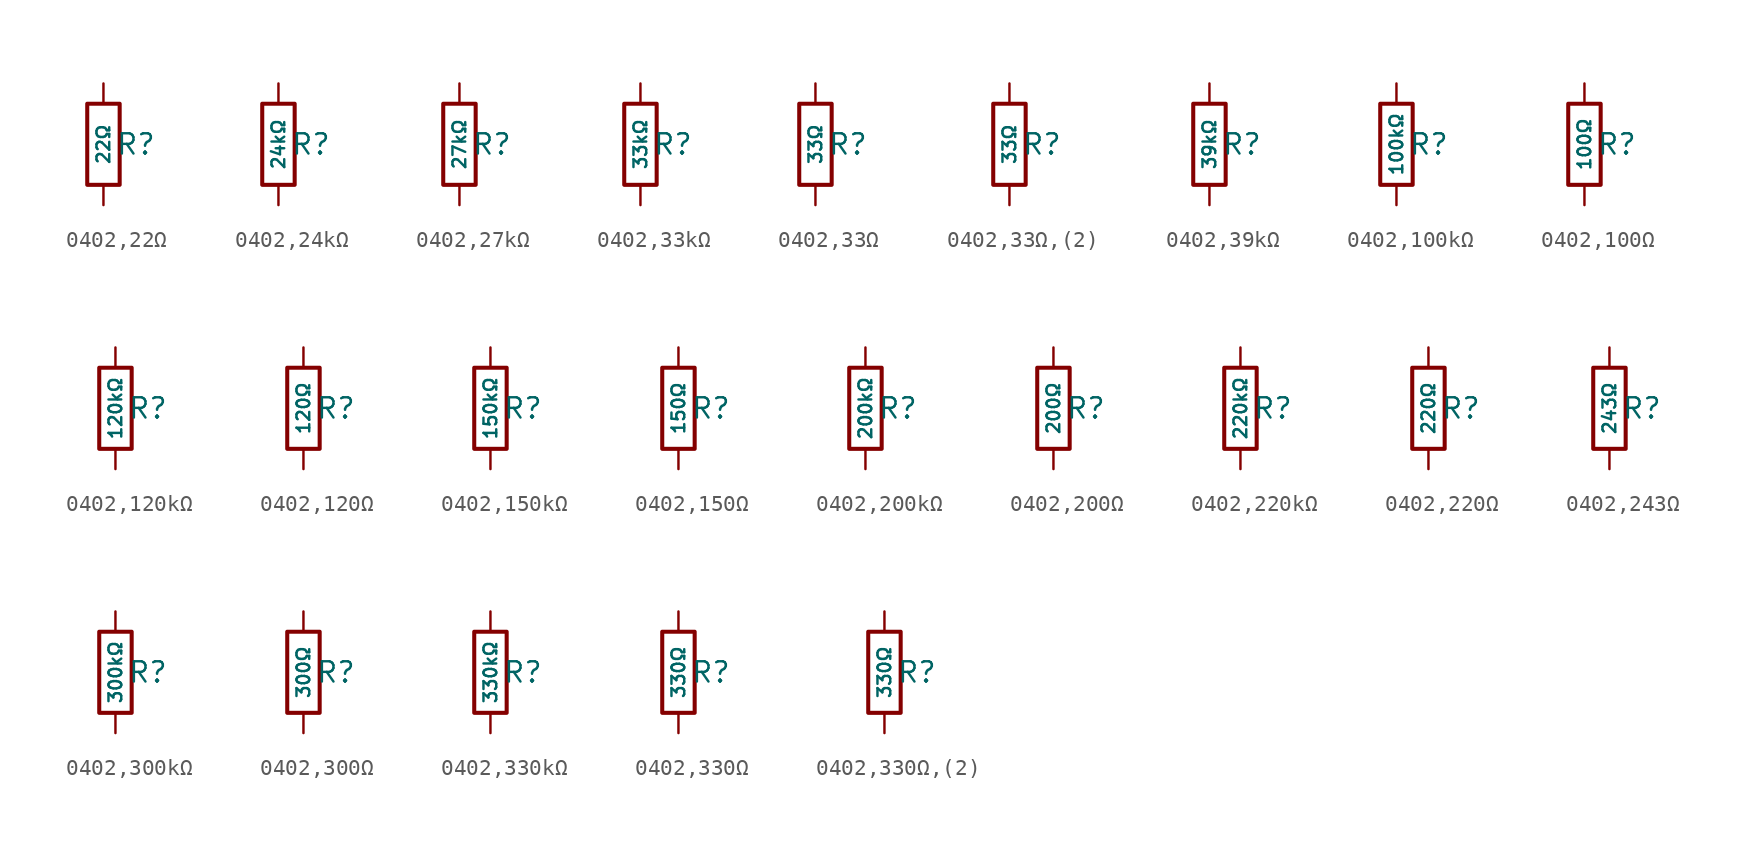
<source format=kicad_sym>
(kicad_symbol_lib
  (version 20231120)
  (generator "CDFER")
  (generator_version "8.0")
  (symbol "0402,22Ω"
    (pin_numbers hide)
    (pin_names
      (offset 0))
    (property "Reference" "R"
      (at 2.032 0 0)
      (effects (font (size 1.27 1.27)) (hide no)))
    (property "Value" "22Ω"
      (at 0 0 90)
      (do_not_autoplace)
      (effects (font (size 0.8 0.8)) (hide no)))
    (symbol "0402,22Ω_0_1"
      (rectangle (start -1.016 2.54) (end 1.016 -2.54) (stroke (width 0.254) (type default)) (fill (type none))))
    (symbol "0402,22Ω_1_1"
      (pin passive line (at 0 3.81 270) (length 1.27) (name "~" (effects (font (size 1.27 1.27)))) (number "1" (effects (font (size 1.27 1.27)))))
      (pin passive line (at 0 -3.81 90) (length 1.27) (name "~" (effects (font (size 1.27 1.27)))) (number "2" (effects (font (size 1.27 1.27)))))))
  (symbol "0402,24kΩ"
    (pin_numbers hide)
    (pin_names
      (offset 0))
    (property "Reference" "R"
      (at 2.032 0 0)
      (effects (font (size 1.27 1.27)) (hide no)))
    (property "Value" "24kΩ"
      (at 0 0 90)
      (do_not_autoplace)
      (effects (font (size 0.8 0.8)) (hide no)))
    (symbol "0402,24kΩ_0_1"
      (rectangle (start -1.016 2.54) (end 1.016 -2.54) (stroke (width 0.254) (type default)) (fill (type none))))
    (symbol "0402,24kΩ_1_1"
      (pin passive line (at 0 3.81 270) (length 1.27) (name "~" (effects (font (size 1.27 1.27)))) (number "1" (effects (font (size 1.27 1.27)))))
      (pin passive line (at 0 -3.81 90) (length 1.27) (name "~" (effects (font (size 1.27 1.27)))) (number "2" (effects (font (size 1.27 1.27)))))))
  (symbol "0402,27kΩ"
    (pin_numbers hide)
    (pin_names
      (offset 0))
    (property "Reference" "R"
      (at 2.032 0 0)
      (effects (font (size 1.27 1.27)) (hide no)))
    (property "Value" "27kΩ"
      (at 0 0 90)
      (do_not_autoplace)
      (effects (font (size 0.8 0.8)) (hide no)))
    (symbol "0402,27kΩ_0_1"
      (rectangle (start -1.016 2.54) (end 1.016 -2.54) (stroke (width 0.254) (type default)) (fill (type none))))
    (symbol "0402,27kΩ_1_1"
      (pin passive line (at 0 3.81 270) (length 1.27) (name "~" (effects (font (size 1.27 1.27)))) (number "1" (effects (font (size 1.27 1.27)))))
      (pin passive line (at 0 -3.81 90) (length 1.27) (name "~" (effects (font (size 1.27 1.27)))) (number "2" (effects (font (size 1.27 1.27)))))))
  (symbol "0402,33kΩ"
    (pin_numbers hide)
    (pin_names
      (offset 0))
    (property "Reference" "R"
      (at 2.032 0 0)
      (effects (font (size 1.27 1.27)) (hide no)))
    (property "Value" "33kΩ"
      (at 0 0 90)
      (do_not_autoplace)
      (effects (font (size 0.8 0.8)) (hide no)))
    (symbol "0402,33kΩ_0_1"
      (rectangle (start -1.016 2.54) (end 1.016 -2.54) (stroke (width 0.254) (type default)) (fill (type none))))
    (symbol "0402,33kΩ_1_1"
      (pin passive line (at 0 3.81 270) (length 1.27) (name "~" (effects (font (size 1.27 1.27)))) (number "1" (effects (font (size 1.27 1.27)))))
      (pin passive line (at 0 -3.81 90) (length 1.27) (name "~" (effects (font (size 1.27 1.27)))) (number "2" (effects (font (size 1.27 1.27)))))))
  (symbol "0402,33Ω"
    (pin_numbers hide)
    (pin_names
      (offset 0))
    (property "Reference" "R"
      (at 2.032 0 0)
      (effects (font (size 1.27 1.27)) (hide no)))
    (property "Value" "33Ω"
      (at 0 0 90)
      (do_not_autoplace)
      (effects (font (size 0.8 0.8)) (hide no)))
    (symbol "0402,33Ω_0_1"
      (rectangle (start -1.016 2.54) (end 1.016 -2.54) (stroke (width 0.254) (type default)) (fill (type none))))
    (symbol "0402,33Ω_1_1"
      (pin passive line (at 0 3.81 270) (length 1.27) (name "~" (effects (font (size 1.27 1.27)))) (number "1" (effects (font (size 1.27 1.27)))))
      (pin passive line (at 0 -3.81 90) (length 1.27) (name "~" (effects (font (size 1.27 1.27)))) (number "2" (effects (font (size 1.27 1.27)))))))
  (symbol "0402,33Ω,(2)"
    (pin_numbers hide)
    (pin_names
      (offset 0))
    (property "Reference" "R"
      (at 2.032 0 0)
      (effects (font (size 1.27 1.27)) (hide no)))
    (property "Value" "33Ω"
      (at 0 0 90)
      (do_not_autoplace)
      (effects (font (size 0.8 0.8)) (hide no)))
    (symbol "0402,33Ω,(2)_0_1"
      (rectangle (start -1.016 2.54) (end 1.016 -2.54) (stroke (width 0.254) (type default)) (fill (type none))))
    (symbol "0402,33Ω,(2)_1_1"
      (pin passive line (at 0 3.81 270) (length 1.27) (name "~" (effects (font (size 1.27 1.27)))) (number "1" (effects (font (size 1.27 1.27)))))
      (pin passive line (at 0 -3.81 90) (length 1.27) (name "~" (effects (font (size 1.27 1.27)))) (number "2" (effects (font (size 1.27 1.27)))))))
  (symbol "0402,39kΩ"
    (pin_numbers hide)
    (pin_names
      (offset 0))
    (property "Reference" "R"
      (at 2.032 0 0)
      (effects (font (size 1.27 1.27)) (hide no)))
    (property "Value" "39kΩ"
      (at 0 0 90)
      (do_not_autoplace)
      (effects (font (size 0.8 0.8)) (hide no)))
    (symbol "0402,39kΩ_0_1"
      (rectangle (start -1.016 2.54) (end 1.016 -2.54) (stroke (width 0.254) (type default)) (fill (type none))))
    (symbol "0402,39kΩ_1_1"
      (pin passive line (at 0 3.81 270) (length 1.27) (name "~" (effects (font (size 1.27 1.27)))) (number "1" (effects (font (size 1.27 1.27)))))
      (pin passive line (at 0 -3.81 90) (length 1.27) (name "~" (effects (font (size 1.27 1.27)))) (number "2" (effects (font (size 1.27 1.27)))))))
  (symbol "0402,100kΩ"
    (pin_numbers hide)
    (pin_names
      (offset 0))
    (property "Reference" "R"
      (at 2.032 0 0)
      (effects (font (size 1.27 1.27)) (hide no)))
    (property "Value" "100kΩ"
      (at 0 0 90)
      (do_not_autoplace)
      (effects (font (size 0.8 0.8)) (hide no)))
    (symbol "0402,100kΩ_0_1"
      (rectangle (start -1.016 2.54) (end 1.016 -2.54) (stroke (width 0.254) (type default)) (fill (type none))))
    (symbol "0402,100kΩ_1_1"
      (pin passive line (at 0 3.81 270) (length 1.27) (name "~" (effects (font (size 1.27 1.27)))) (number "1" (effects (font (size 1.27 1.27)))))
      (pin passive line (at 0 -3.81 90) (length 1.27) (name "~" (effects (font (size 1.27 1.27)))) (number "2" (effects (font (size 1.27 1.27)))))))
  (symbol "0402,100Ω"
    (pin_numbers hide)
    (pin_names
      (offset 0))
    (property "Reference" "R"
      (at 2.032 0 0)
      (effects (font (size 1.27 1.27)) (hide no)))
    (property "Value" "100Ω"
      (at 0 0 90)
      (do_not_autoplace)
      (effects (font (size 0.8 0.8)) (hide no)))
    (symbol "0402,100Ω_0_1"
      (rectangle (start -1.016 2.54) (end 1.016 -2.54) (stroke (width 0.254) (type default)) (fill (type none))))
    (symbol "0402,100Ω_1_1"
      (pin passive line (at 0 3.81 270) (length 1.27) (name "~" (effects (font (size 1.27 1.27)))) (number "1" (effects (font (size 1.27 1.27)))))
      (pin passive line (at 0 -3.81 90) (length 1.27) (name "~" (effects (font (size 1.27 1.27)))) (number "2" (effects (font (size 1.27 1.27)))))))
  (symbol "0402,120kΩ"
    (pin_numbers hide)
    (pin_names
      (offset 0))
    (property "Reference" "R"
      (at 2.032 0 0)
      (effects (font (size 1.27 1.27)) (hide no)))
    (property "Value" "120kΩ"
      (at 0 0 90)
      (do_not_autoplace)
      (effects (font (size 0.8 0.8)) (hide no)))
    (symbol "0402,120kΩ_0_1"
      (rectangle (start -1.016 2.54) (end 1.016 -2.54) (stroke (width 0.254) (type default)) (fill (type none))))
    (symbol "0402,120kΩ_1_1"
      (pin passive line (at 0 3.81 270) (length 1.27) (name "~" (effects (font (size 1.27 1.27)))) (number "1" (effects (font (size 1.27 1.27)))))
      (pin passive line (at 0 -3.81 90) (length 1.27) (name "~" (effects (font (size 1.27 1.27)))) (number "2" (effects (font (size 1.27 1.27)))))))
  (symbol "0402,120Ω"
    (pin_numbers hide)
    (pin_names
      (offset 0))
    (property "Reference" "R"
      (at 2.032 0 0)
      (effects (font (size 1.27 1.27)) (hide no)))
    (property "Value" "120Ω"
      (at 0 0 90)
      (do_not_autoplace)
      (effects (font (size 0.8 0.8)) (hide no)))
    (symbol "0402,120Ω_0_1"
      (rectangle (start -1.016 2.54) (end 1.016 -2.54) (stroke (width 0.254) (type default)) (fill (type none))))
    (symbol "0402,120Ω_1_1"
      (pin passive line (at 0 3.81 270) (length 1.27) (name "~" (effects (font (size 1.27 1.27)))) (number "1" (effects (font (size 1.27 1.27)))))
      (pin passive line (at 0 -3.81 90) (length 1.27) (name "~" (effects (font (size 1.27 1.27)))) (number "2" (effects (font (size 1.27 1.27)))))))
  (symbol "0402,150kΩ"
    (pin_numbers hide)
    (pin_names
      (offset 0))
    (property "Reference" "R"
      (at 2.032 0 0)
      (effects (font (size 1.27 1.27)) (hide no)))
    (property "Value" "150kΩ"
      (at 0 0 90)
      (do_not_autoplace)
      (effects (font (size 0.8 0.8)) (hide no)))
    (symbol "0402,150kΩ_0_1"
      (rectangle (start -1.016 2.54) (end 1.016 -2.54) (stroke (width 0.254) (type default)) (fill (type none))))
    (symbol "0402,150kΩ_1_1"
      (pin passive line (at 0 3.81 270) (length 1.27) (name "~" (effects (font (size 1.27 1.27)))) (number "1" (effects (font (size 1.27 1.27)))))
      (pin passive line (at 0 -3.81 90) (length 1.27) (name "~" (effects (font (size 1.27 1.27)))) (number "2" (effects (font (size 1.27 1.27)))))))
  (symbol "0402,150Ω"
    (pin_numbers hide)
    (pin_names
      (offset 0))
    (property "Reference" "R"
      (at 2.032 0 0)
      (effects (font (size 1.27 1.27)) (hide no)))
    (property "Value" "150Ω"
      (at 0 0 90)
      (do_not_autoplace)
      (effects (font (size 0.8 0.8)) (hide no)))
    (symbol "0402,150Ω_0_1"
      (rectangle (start -1.016 2.54) (end 1.016 -2.54) (stroke (width 0.254) (type default)) (fill (type none))))
    (symbol "0402,150Ω_1_1"
      (pin passive line (at 0 3.81 270) (length 1.27) (name "~" (effects (font (size 1.27 1.27)))) (number "1" (effects (font (size 1.27 1.27)))))
      (pin passive line (at 0 -3.81 90) (length 1.27) (name "~" (effects (font (size 1.27 1.27)))) (number "2" (effects (font (size 1.27 1.27)))))))
  (symbol "0402,200kΩ"
    (pin_numbers hide)
    (pin_names
      (offset 0))
    (property "Reference" "R"
      (at 2.032 0 0)
      (effects (font (size 1.27 1.27)) (hide no)))
    (property "Value" "200kΩ"
      (at 0 0 90)
      (do_not_autoplace)
      (effects (font (size 0.8 0.8)) (hide no)))
    (symbol "0402,200kΩ_0_1"
      (rectangle (start -1.016 2.54) (end 1.016 -2.54) (stroke (width 0.254) (type default)) (fill (type none))))
    (symbol "0402,200kΩ_1_1"
      (pin passive line (at 0 3.81 270) (length 1.27) (name "~" (effects (font (size 1.27 1.27)))) (number "1" (effects (font (size 1.27 1.27)))))
      (pin passive line (at 0 -3.81 90) (length 1.27) (name "~" (effects (font (size 1.27 1.27)))) (number "2" (effects (font (size 1.27 1.27)))))))
  (symbol "0402,200Ω"
    (pin_numbers hide)
    (pin_names
      (offset 0))
    (property "Reference" "R"
      (at 2.032 0 0)
      (effects (font (size 1.27 1.27)) (hide no)))
    (property "Value" "200Ω"
      (at 0 0 90)
      (do_not_autoplace)
      (effects (font (size 0.8 0.8)) (hide no)))
    (symbol "0402,200Ω_0_1"
      (rectangle (start -1.016 2.54) (end 1.016 -2.54) (stroke (width 0.254) (type default)) (fill (type none))))
    (symbol "0402,200Ω_1_1"
      (pin passive line (at 0 3.81 270) (length 1.27) (name "~" (effects (font (size 1.27 1.27)))) (number "1" (effects (font (size 1.27 1.27)))))
      (pin passive line (at 0 -3.81 90) (length 1.27) (name "~" (effects (font (size 1.27 1.27)))) (number "2" (effects (font (size 1.27 1.27)))))))
  (symbol "0402,220kΩ"
    (pin_numbers hide)
    (pin_names
      (offset 0))
    (property "Reference" "R"
      (at 2.032 0 0)
      (effects (font (size 1.27 1.27)) (hide no)))
    (property "Value" "220kΩ"
      (at 0 0 90)
      (do_not_autoplace)
      (effects (font (size 0.8 0.8)) (hide no)))
    (symbol "0402,220kΩ_0_1"
      (rectangle (start -1.016 2.54) (end 1.016 -2.54) (stroke (width 0.254) (type default)) (fill (type none))))
    (symbol "0402,220kΩ_1_1"
      (pin passive line (at 0 3.81 270) (length 1.27) (name "~" (effects (font (size 1.27 1.27)))) (number "1" (effects (font (size 1.27 1.27)))))
      (pin passive line (at 0 -3.81 90) (length 1.27) (name "~" (effects (font (size 1.27 1.27)))) (number "2" (effects (font (size 1.27 1.27)))))))
  (symbol "0402,220Ω"
    (pin_numbers hide)
    (pin_names
      (offset 0))
    (property "Reference" "R"
      (at 2.032 0 0)
      (effects (font (size 1.27 1.27)) (hide no)))
    (property "Value" "220Ω"
      (at 0 0 90)
      (do_not_autoplace)
      (effects (font (size 0.8 0.8)) (hide no)))
    (symbol "0402,220Ω_0_1"
      (rectangle (start -1.016 2.54) (end 1.016 -2.54) (stroke (width 0.254) (type default)) (fill (type none))))
    (symbol "0402,220Ω_1_1"
      (pin passive line (at 0 3.81 270) (length 1.27) (name "~" (effects (font (size 1.27 1.27)))) (number "1" (effects (font (size 1.27 1.27)))))
      (pin passive line (at 0 -3.81 90) (length 1.27) (name "~" (effects (font (size 1.27 1.27)))) (number "2" (effects (font (size 1.27 1.27)))))))
  (symbol "0402,243Ω"
    (pin_numbers hide)
    (pin_names
      (offset 0))
    (property "Reference" "R"
      (at 2.032 0 0)
      (effects (font (size 1.27 1.27)) (hide no)))
    (property "Value" "243Ω"
      (at 0 0 90)
      (do_not_autoplace)
      (effects (font (size 0.8 0.8)) (hide no)))
    (symbol "0402,243Ω_0_1"
      (rectangle (start -1.016 2.54) (end 1.016 -2.54) (stroke (width 0.254) (type default)) (fill (type none))))
    (symbol "0402,243Ω_1_1"
      (pin passive line (at 0 3.81 270) (length 1.27) (name "~" (effects (font (size 1.27 1.27)))) (number "1" (effects (font (size 1.27 1.27)))))
      (pin passive line (at 0 -3.81 90) (length 1.27) (name "~" (effects (font (size 1.27 1.27)))) (number "2" (effects (font (size 1.27 1.27)))))))
  (symbol "0402,300kΩ"
    (pin_numbers hide)
    (pin_names
      (offset 0))
    (property "Reference" "R"
      (at 2.032 0 0)
      (effects (font (size 1.27 1.27)) (hide no)))
    (property "Value" "300kΩ"
      (at 0 0 90)
      (do_not_autoplace)
      (effects (font (size 0.8 0.8)) (hide no)))
    (symbol "0402,300kΩ_0_1"
      (rectangle (start -1.016 2.54) (end 1.016 -2.54) (stroke (width 0.254) (type default)) (fill (type none))))
    (symbol "0402,300kΩ_1_1"
      (pin passive line (at 0 3.81 270) (length 1.27) (name "~" (effects (font (size 1.27 1.27)))) (number "1" (effects (font (size 1.27 1.27)))))
      (pin passive line (at 0 -3.81 90) (length 1.27) (name "~" (effects (font (size 1.27 1.27)))) (number "2" (effects (font (size 1.27 1.27)))))))
  (symbol "0402,300Ω"
    (pin_numbers hide)
    (pin_names
      (offset 0))
    (property "Reference" "R"
      (at 2.032 0 0)
      (effects (font (size 1.27 1.27)) (hide no)))
    (property "Value" "300Ω"
      (at 0 0 90)
      (do_not_autoplace)
      (effects (font (size 0.8 0.8)) (hide no)))
    (symbol "0402,300Ω_0_1"
      (rectangle (start -1.016 2.54) (end 1.016 -2.54) (stroke (width 0.254) (type default)) (fill (type none))))
    (symbol "0402,300Ω_1_1"
      (pin passive line (at 0 3.81 270) (length 1.27) (name "~" (effects (font (size 1.27 1.27)))) (number "1" (effects (font (size 1.27 1.27)))))
      (pin passive line (at 0 -3.81 90) (length 1.27) (name "~" (effects (font (size 1.27 1.27)))) (number "2" (effects (font (size 1.27 1.27)))))))
  (symbol "0402,330kΩ"
    (pin_numbers hide)
    (pin_names
      (offset 0))
    (property "Reference" "R"
      (at 2.032 0 0)
      (effects (font (size 1.27 1.27)) (hide no)))
    (property "Value" "330kΩ"
      (at 0 0 90)
      (do_not_autoplace)
      (effects (font (size 0.8 0.8)) (hide no)))
    (symbol "0402,330kΩ_0_1"
      (rectangle (start -1.016 2.54) (end 1.016 -2.54) (stroke (width 0.254) (type default)) (fill (type none))))
    (symbol "0402,330kΩ_1_1"
      (pin passive line (at 0 3.81 270) (length 1.27) (name "~" (effects (font (size 1.27 1.27)))) (number "1" (effects (font (size 1.27 1.27)))))
      (pin passive line (at 0 -3.81 90) (length 1.27) (name "~" (effects (font (size 1.27 1.27)))) (number "2" (effects (font (size 1.27 1.27)))))))
  (symbol "0402,330Ω"
    (pin_numbers hide)
    (pin_names
      (offset 0))
    (property "Reference" "R"
      (at 2.032 0 0)
      (effects (font (size 1.27 1.27)) (hide no)))
    (property "Value" "330Ω"
      (at 0 0 90)
      (do_not_autoplace)
      (effects (font (size 0.8 0.8)) (hide no)))
    (symbol "0402,330Ω_0_1"
      (rectangle (start -1.016 2.54) (end 1.016 -2.54) (stroke (width 0.254) (type default)) (fill (type none))))
    (symbol "0402,330Ω_1_1"
      (pin passive line (at 0 3.81 270) (length 1.27) (name "~" (effects (font (size 1.27 1.27)))) (number "1" (effects (font (size 1.27 1.27)))))
      (pin passive line (at 0 -3.81 90) (length 1.27) (name "~" (effects (font (size 1.27 1.27)))) (number "2" (effects (font (size 1.27 1.27)))))))
  (symbol "0402,330Ω,(2)"
    (pin_numbers hide)
    (pin_names
      (offset 0))
    (property "Reference" "R"
      (at 2.032 0 0)
      (effects (font (size 1.27 1.27)) (hide no)))
    (property "Value" "330Ω"
      (at 0 0 90)
      (do_not_autoplace)
      (effects (font (size 0.8 0.8)) (hide no)))
    (symbol "0402,330Ω,(2)_0_1"
      (rectangle (start -1.016 2.54) (end 1.016 -2.54) (stroke (width 0.254) (type default)) (fill (type none))))
    (symbol "0402,330Ω,(2)_1_1"
      (pin passive line (at 0 3.81 270) (length 1.27) (name "~" (effects (font (size 1.27 1.27)))) (number "1" (effects (font (size 1.27 1.27)))))
      (pin passive line (at 0 -3.81 90) (length 1.27) (name "~" (effects (font (size 1.27 1.27)))) (number "2" (effects (font (size 1.27 1.27))))))))
</source>
